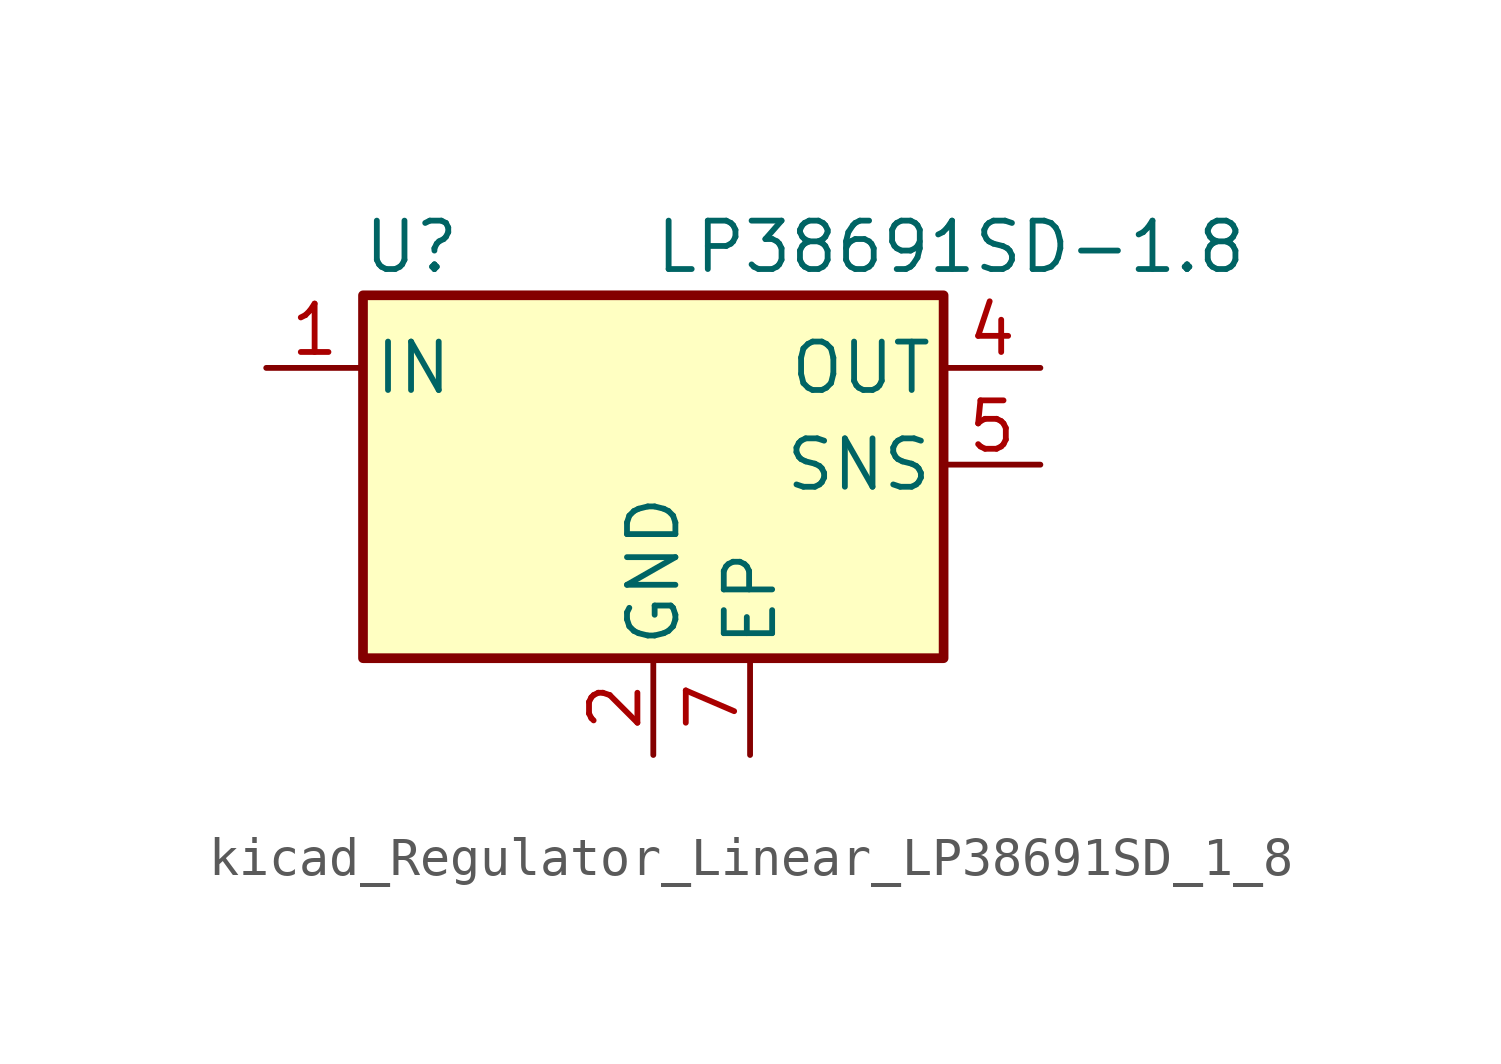
<source format=kicad_sym>
(kicad_symbol_lib
  (version 20220914)
  (generator kicad_symbol_editor)
  (symbol "kicad_Regulator_Linear_LP38691SD_1_8"
    (pin_names
      (offset 0.254))
    (property "Reference" "U"
      (at -6.35 5.715 0)
      (effects (font (size 1.27 1.27))))
    (property "Value" "LP38691SD-1.8"
      (at 0 5.715 0)
      (effects (font (size 1.27 1.27)) (justify left)))
    (symbol "kicad_Regulator_Linear_LP38691SD_1_8_0_1"
      (rectangle (start -7.62 -5.08) (end 7.62 4.445) (stroke (width 0.254) (type default)) (fill (type background))))
    (symbol "kicad_Regulator_Linear_LP38691SD_1_8_1_1"
      (pin power_in line (at -10.16 2.54 0) (length 2.54) (name "IN" (effects (font (size 1.27 1.27)))) (number "1" (effects (font (size 1.27 1.27)))))
      (pin power_in line (at 0 -7.62 90) (length 2.54) (name "GND" (effects (font (size 1.27 1.27)))) (number "2" (effects (font (size 1.27 1.27)))))
      (pin no_connect line (at -7.62 0 0) (length 2.54) hide (name "NC" (effects (font (size 1.27 1.27)))) (number "3" (effects (font (size 1.27 1.27)))))
      (pin power_out line (at 10.16 2.54 180) (length 2.54) (name "OUT" (effects (font (size 1.27 1.27)))) (number "4" (effects (font (size 1.27 1.27)))))
      (pin input line (at 10.16 0 180) (length 2.54) (name "SNS" (effects (font (size 1.27 1.27)))) (number "5" (effects (font (size 1.27 1.27)))))
      (pin passive line (at -10.16 2.54 0) (length 2.54) hide (name "IN" (effects (font (size 1.27 1.27)))) (number "6" (effects (font (size 1.27 1.27)))))
      (pin passive line (at 2.54 -7.62 90) (length 2.54) (name "EP" (effects (font (size 1.27 1.27)))) (number "7" (effects (font (size 1.27 1.27))))))))
</source>
